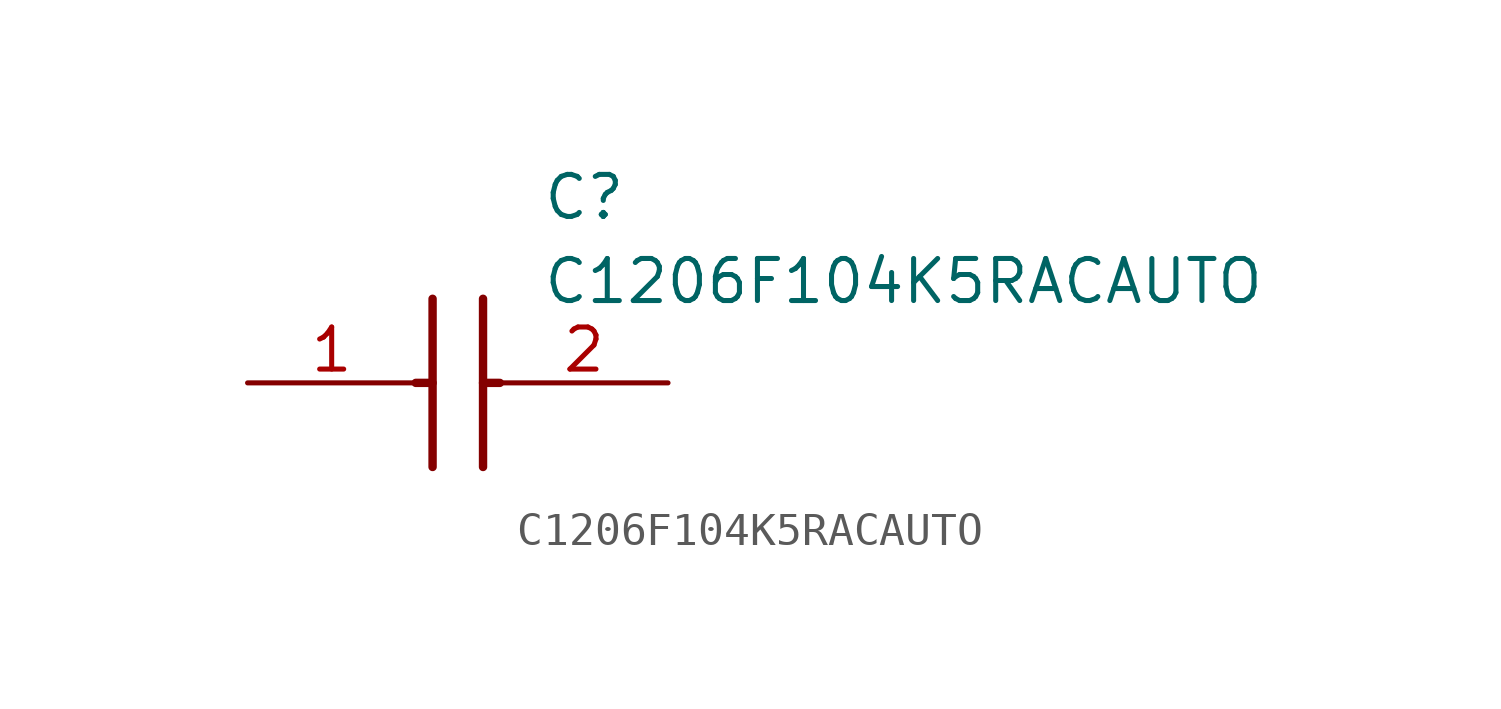
<source format=kicad_sym>
(kicad_symbol_lib
  (version 20211014)
  (generator SamacSys_ECAD_Model)
  (symbol "C1206F104K5RACAUTO"
    (pin_names hide)
    (property "Reference" "C"
      (at 8.89 6.35 0)
      (effects (font (size 1.27 1.27)) (justify left top)))
    (property "Value" "C1206F104K5RACAUTO"
      (at 8.89 3.81 0)
      (effects (font (size 1.27 1.27)) (justify left top)))
    (polyline
      (pts (xy 5.588 2.54) (xy 5.588 -2.54))
      (stroke (width 0.254) (type default))
      (fill (type none)))
    (polyline
      (pts (xy 7.112 2.54) (xy 7.112 -2.54))
      (stroke (width 0.254) (type default))
      (fill (type none)))
    (polyline
      (pts (xy 5.08 0) (xy 5.588 0))
      (stroke (width 0.254) (type default))
      (fill (type none)))
    (polyline
      (pts (xy 7.112 0) (xy 7.62 0))
      (stroke (width 0.254) (type default))
      (fill (type none)))
    (pin passive line
      (at 0 0 0)
      (length 5.08)
      (name "1" (effects (font (size 1.27 1.27))))
      (number "1" (effects (font (size 1.27 1.27)))))
    (pin passive line
      (at 12.7 0 180)
      (length 5.08)
      (name "2" (effects (font (size 1.27 1.27))))
      (number "2" (effects (font (size 1.27 1.27)))))))
</source>
